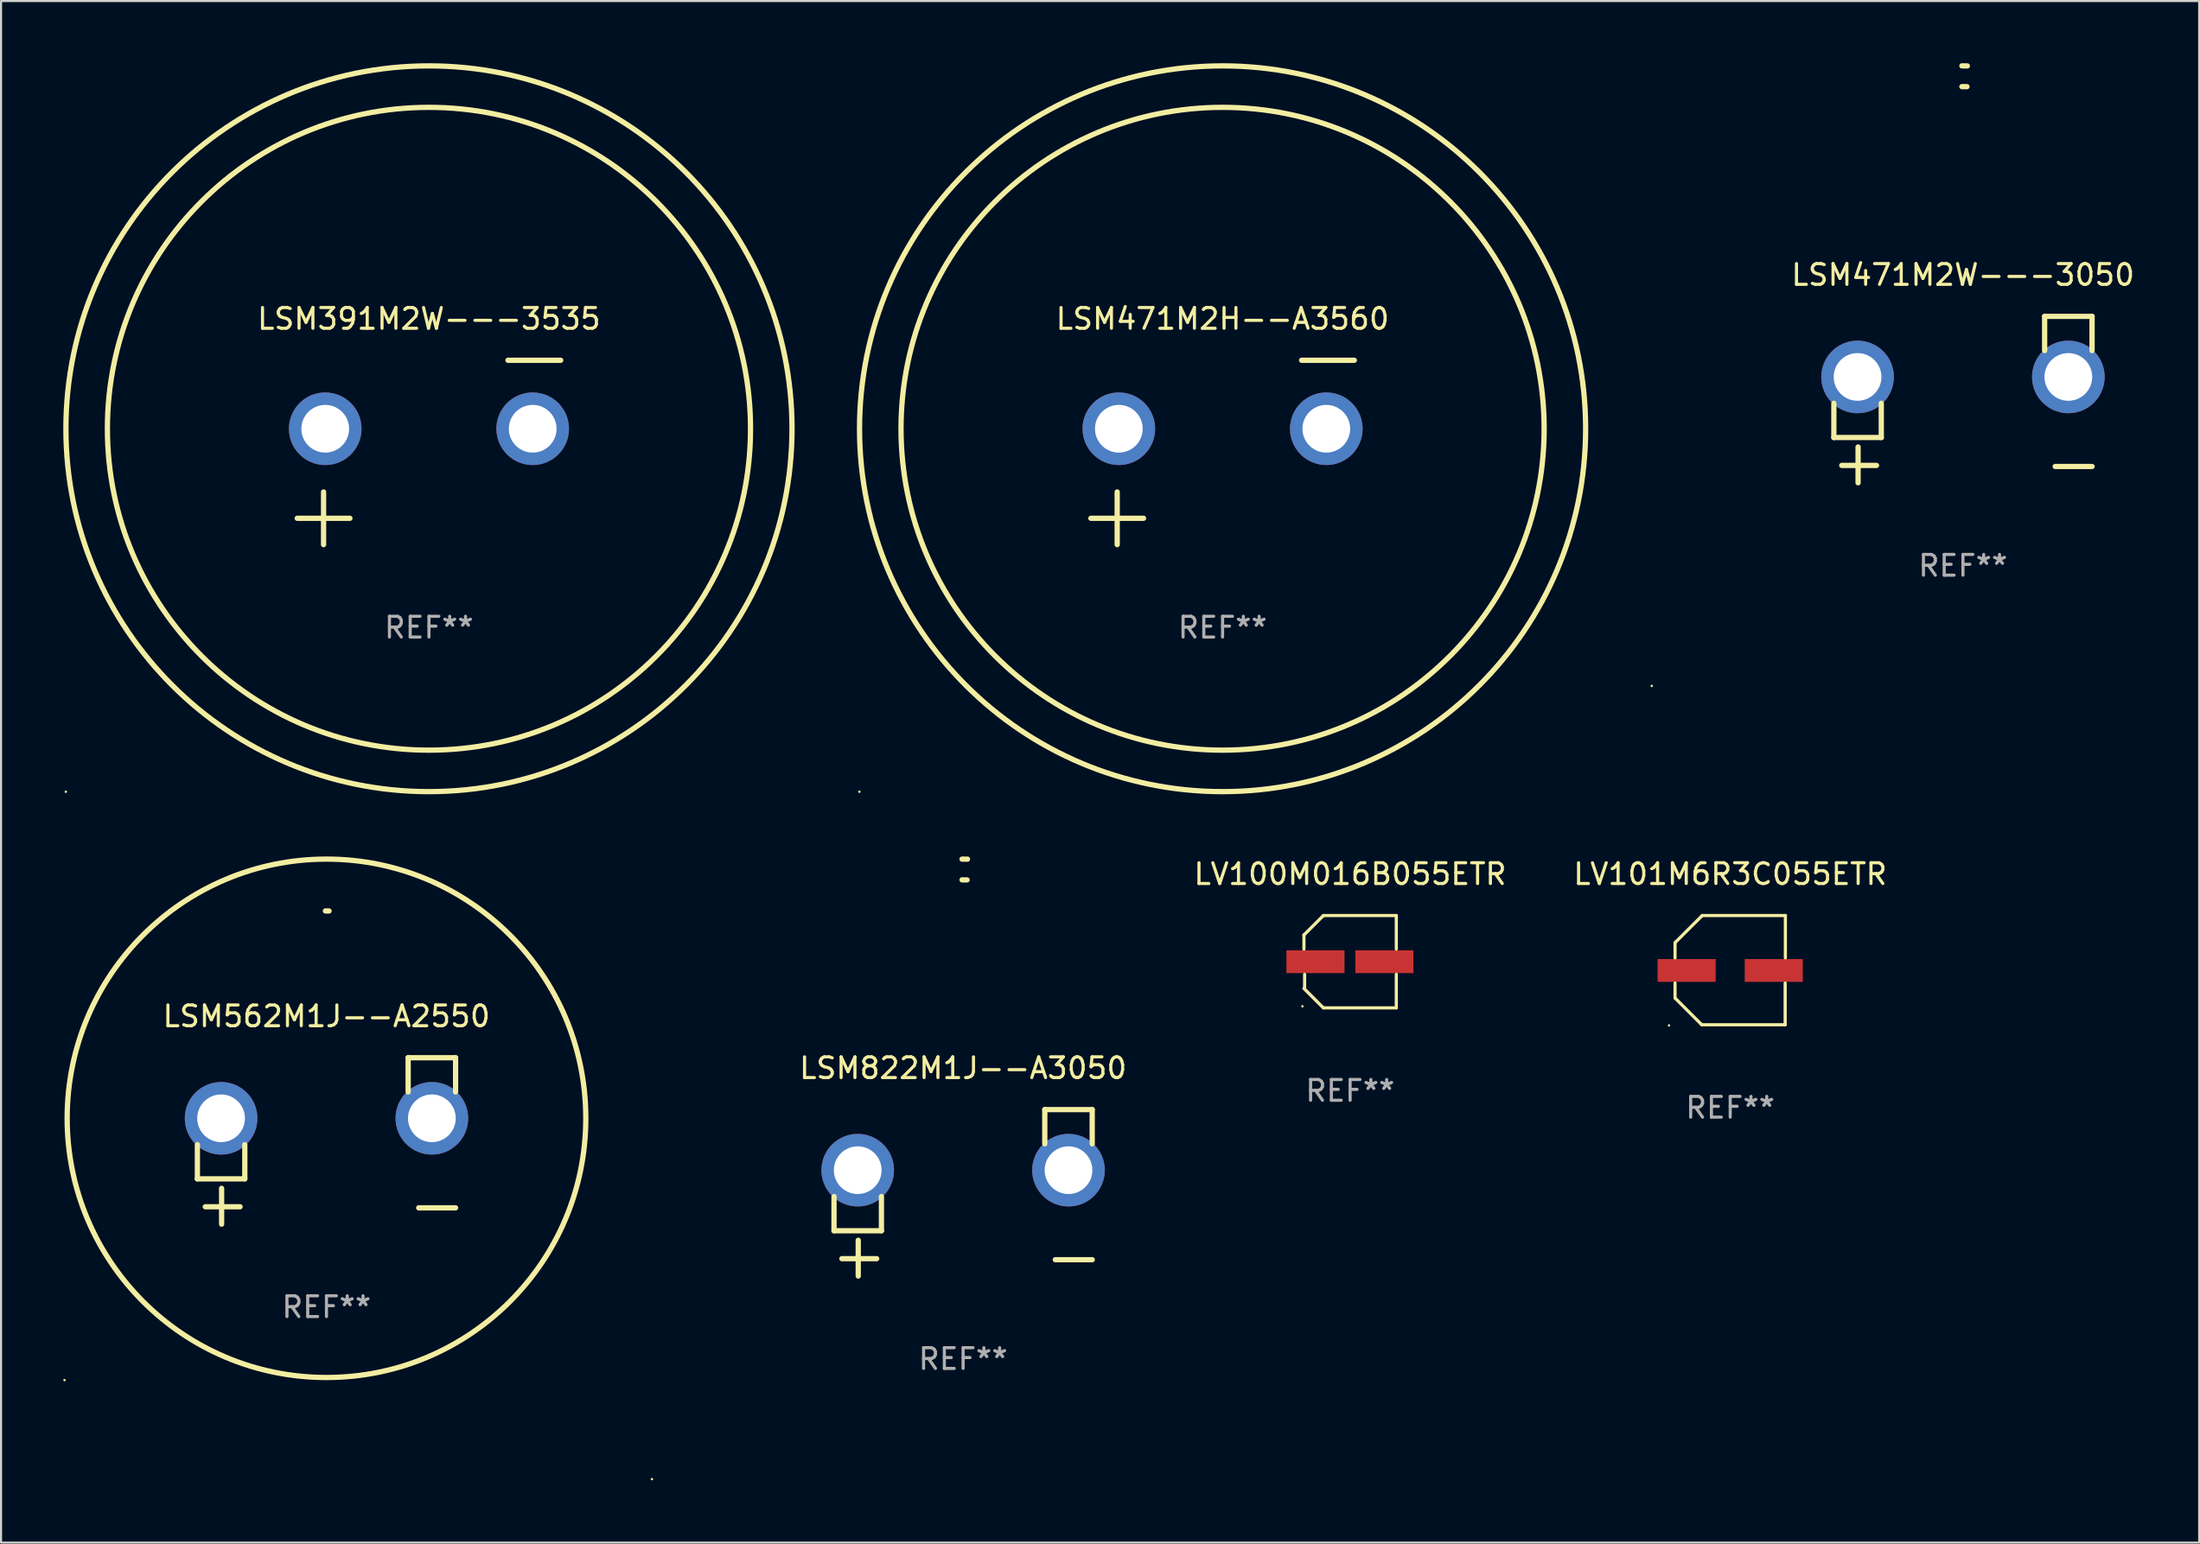
<source format=kicad_pcb>
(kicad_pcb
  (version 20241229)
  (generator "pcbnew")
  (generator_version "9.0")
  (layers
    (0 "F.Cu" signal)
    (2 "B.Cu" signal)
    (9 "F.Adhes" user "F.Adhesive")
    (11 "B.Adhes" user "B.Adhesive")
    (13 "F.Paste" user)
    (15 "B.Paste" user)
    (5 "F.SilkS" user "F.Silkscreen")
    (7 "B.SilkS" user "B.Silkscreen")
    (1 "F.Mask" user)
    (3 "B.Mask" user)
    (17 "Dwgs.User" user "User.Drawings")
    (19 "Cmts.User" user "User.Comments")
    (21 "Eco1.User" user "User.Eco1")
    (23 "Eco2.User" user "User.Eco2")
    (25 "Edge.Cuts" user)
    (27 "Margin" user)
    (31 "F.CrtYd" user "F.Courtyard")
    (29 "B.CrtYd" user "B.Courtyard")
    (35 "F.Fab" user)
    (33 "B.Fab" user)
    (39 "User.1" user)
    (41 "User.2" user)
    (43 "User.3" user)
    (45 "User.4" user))
  (footprint "LSM391M2W---3535"
    (layer "F.Cu")
    (at 17.627 18.77)
    (property "Reference" "LSM391M2W---3535" (at 0 -6.445 0) (layer "F.SilkS") (effects (font (size 1 1) (thickness 0.15))))
    (attr through_hole)
    (fp_line (start -6.35 3.175) (end -3.81 3.175) (stroke (width 0.254) (type solid)) (layer "F.SilkS"))
    (fp_line (start -5.08 1.905) (end -5.08 4.445) (stroke (width 0.254) (type solid)) (layer "F.SilkS"))
    (fp_line (start 3.81 -4.445) (end 6.35 -4.445) (stroke (width 0.254) (type solid)) (layer "F.SilkS"))
    (fp_circle (center -17.505 16.362) (end -17.475 16.362) (stroke (width 0.06) (type solid)) (fill no) (layer "F.SilkS"))
    (fp_circle (center 0 -1.143) (end 15.5 -1.143) (stroke (width 0.254) (type solid)) (fill no) (layer "F.SilkS"))
    (fp_circle (center 0 -1.143) (end 17.5 -1.143) (stroke (width 0.254) (type solid)) (fill no) (layer "F.SilkS"))
    (fp_text user "REF**" (at 0 8.445 0) (layer "F.Fab") (effects (font (size 1 1) (thickness 0.15))))
    (pad "1" thru_hole circle (at -5 -1.143) (size 3.5 3.5) (drill 2.3) (layers "*.Cu" "*.Mask"))
    (pad "2" thru_hole circle (at 5 -1.143) (size 3.5 3.5) (drill 2.3) (layers "*.Cu" "*.Mask")))
  (footprint "LSM562M1J--A2550"
    (layer "F.Cu")
    (at 12.687 51.973)
    (property "Reference" "LSM562M1J--A2550" (at 0 -6.013 0) (layer "F.SilkS") (effects (font (size 1 1) (thickness 0.15))))
    (attr through_hole)
    (fp_line (start -6.223 0.178) (end -6.223 1.829) (stroke (width 0.254) (type solid)) (layer "F.SilkS"))
    (fp_line (start -6.223 1.829) (end -3.937 1.829) (stroke (width 0.254) (type solid)) (layer "F.SilkS"))
    (fp_line (start -5.055 4.013) (end -5.055 2.286) (stroke (width 0.254) (type solid)) (layer "F.SilkS"))
    (fp_line (start -4.166 3.175) (end -5.842 3.175) (stroke (width 0.254) (type solid)) (layer "F.SilkS"))
    (fp_line (start -3.937 1.829) (end -3.937 0.178) (stroke (width 0.254) (type solid)) (layer "F.SilkS"))
    (fp_line (start 3.937 -4.013) (end 3.937 -2.362) (stroke (width 0.254) (type solid)) (layer "F.SilkS"))
    (fp_line (start 6.223 -4.013) (end 3.937 -4.013) (stroke (width 0.254) (type solid)) (layer "F.SilkS"))
    (fp_line (start 6.223 -2.362) (end 6.223 -4.013) (stroke (width 0.254) (type solid)) (layer "F.SilkS"))
    (fp_line (start 6.223 3.226) (end 4.445 3.226) (stroke (width 0.254) (type solid)) (layer "F.SilkS"))
    (fp_arc (start -0.0508 -11.092202) (mid 0.036835 -11.091307) (end 0.12446 -11.089662) (stroke (width 0.254001) (type solid)) (layer "F.SilkS"))
    (fp_circle (center -12.627 11.535) (end -12.597 11.535) (stroke (width 0.06) (type solid)) (fill no) (layer "F.SilkS"))
    (fp_circle (center 0 -1.092) (end 12.5 -1.092) (stroke (width 0.254) (type solid)) (fill no) (layer "F.SilkS"))
    (fp_text user "REF**" (at 0 8.013 0) (layer "F.Fab") (effects (font (size 1 1) (thickness 0.15))))
    (pad "1" thru_hole circle (at -5.08 -1.092) (size 3.5 3.5) (drill 2.3) (layers "*.Cu" "*.Mask"))
    (pad "2" thru_hole circle (at 5.08 -1.092) (size 3.5 3.5) (drill 2.3) (layers "*.Cu" "*.Mask")))
  (footprint "LSM471M2H--A3560"
    (layer "F.Cu")
    (at 55.881 18.77)
    (property "Reference" "LSM471M2H--A3560" (at 0 -6.445 0) (layer "F.SilkS") (effects (font (size 1 1) (thickness 0.15))))
    (attr through_hole)
    (fp_line (start -6.35 3.175) (end -3.81 3.175) (stroke (width 0.254) (type solid)) (layer "F.SilkS"))
    (fp_line (start -5.08 1.905) (end -5.08 4.445) (stroke (width 0.254) (type solid)) (layer "F.SilkS"))
    (fp_line (start 3.81 -4.445) (end 6.35 -4.445) (stroke (width 0.254) (type solid)) (layer "F.SilkS"))
    (fp_circle (center -17.505 16.362) (end -17.475 16.362) (stroke (width 0.06) (type solid)) (fill no) (layer "F.SilkS"))
    (fp_circle (center 0 -1.143) (end 15.5 -1.143) (stroke (width 0.254) (type solid)) (fill no) (layer "F.SilkS"))
    (fp_circle (center 0 -1.143) (end 17.5 -1.143) (stroke (width 0.254) (type solid)) (fill no) (layer "F.SilkS"))
    (fp_text user "REF**" (at 0 8.445 0) (layer "F.Fab") (effects (font (size 1 1) (thickness 0.15))))
    (pad "1" thru_hole circle (at -5 -1.143) (size 3.5 3.5) (drill 2.3) (layers "*.Cu" "*.Mask"))
    (pad "2" thru_hole circle (at 5 -1.143) (size 3.5 3.5) (drill 2.3) (layers "*.Cu" "*.Mask")))
  (footprint "LV100M016B055ETR"
    (layer "F.Cu")
    (at 62.029 43.329)
    (property "Reference" "LV100M016B055ETR" (at 0 -4.226 0) (layer "F.SilkS") (effects (font (size 1 1) (thickness 0.15))))
    (attr through_hole)
    (fp_line (start -2.226 -1.29) (end -2.226 -0.607) (stroke (width 0.152) (type solid)) (layer "F.SilkS"))
    (fp_line (start -2.193 1.29) (end -2.193 0.607) (stroke (width 0.152) (type solid)) (layer "F.SilkS"))
    (fp_line (start -1.29 2.226) (end -2.226 1.29) (stroke (width 0.152) (type solid)) (layer "F.SilkS"))
    (fp_line (start -1.29 -2.226) (end -2.226 -1.29) (stroke (width 0.152) (type solid)) (layer "F.SilkS"))
    (fp_line (start 2.226 -2.226) (end -1.29 -2.226) (stroke (width 0.152) (type solid)) (layer "F.SilkS"))
    (fp_line (start 2.226 -0.607) (end 2.226 -2.226) (stroke (width 0.152) (type solid)) (layer "F.SilkS"))
    (fp_line (start 2.226 0.607) (end 2.226 2.226) (stroke (width 0.152) (type solid)) (layer "F.SilkS"))
    (fp_line (start 2.226 2.226) (end -1.29 2.226) (stroke (width 0.152) (type solid)) (layer "F.SilkS"))
    (fp_circle (center -2.3 2.15) (end -2.27 2.15) (stroke (width 0.06) (type solid)) (fill no) (layer "F.SilkS"))
    (fp_text user "REF**" (at 0 6.226 0) (layer "F.Fab") (effects (font (size 1 1) (thickness 0.15))))
    (pad "1" smd rect (at -1.67 -0.000025) (size 2.8 1.1) (layers "F.Cu" "F.Mask" "F.Paste"))
    (pad "2" smd rect (at 1.651 -0.000025) (size 2.8 1.1) (layers "F.Cu" "F.Mask" "F.Paste")))
  (footprint "LSM822M1J--A3050"
    (layer "F.Cu")
    (at 43.374 54.475)
    (property "Reference" "LSM822M1J--A3050" (at 0 -6.013 0) (layer "F.SilkS") (effects (font (size 1 1) (thickness 0.15))))
    (attr through_hole)
    (fp_line (start -6.223 0.178) (end -6.223 1.829) (stroke (width 0.254) (type solid)) (layer "F.SilkS"))
    (fp_line (start -6.223 1.829) (end -3.937 1.829) (stroke (width 0.254) (type solid)) (layer "F.SilkS"))
    (fp_line (start -5.055 4.013) (end -5.055 2.286) (stroke (width 0.254) (type solid)) (layer "F.SilkS"))
    (fp_line (start -4.166 3.175) (end -5.842 3.175) (stroke (width 0.254) (type solid)) (layer "F.SilkS"))
    (fp_line (start -3.937 1.829) (end -3.937 0.178) (stroke (width 0.254) (type solid)) (layer "F.SilkS"))
    (fp_line (start 3.937 -4.013) (end 3.937 -2.362) (stroke (width 0.254) (type solid)) (layer "F.SilkS"))
    (fp_line (start 6.223 -4.013) (end 3.937 -4.013) (stroke (width 0.254) (type solid)) (layer "F.SilkS"))
    (fp_line (start 6.223 -2.362) (end 6.223 -4.013) (stroke (width 0.254) (type solid)) (layer "F.SilkS"))
    (fp_line (start 6.223 3.226) (end 4.445 3.226) (stroke (width 0.254) (type solid)) (layer "F.SilkS"))
    (fp_arc (start -0.0508 -16.093472) (mid 0.080016 -16.092762) (end 0.210821 -16.090932) (stroke (width 0.254001) (type solid)) (layer "F.SilkS"))
    (fp_arc (start -0.0508 -15.09271) (mid 0.071125 -15.091961) (end 0.19304 -15.09017) (stroke (width 0.254001) (type solid)) (layer "F.SilkS"))
    (fp_circle (center -15 13.808) (end -14.97 13.808) (stroke (width 0.06) (type solid)) (fill no) (layer "F.SilkS"))
    (fp_text user "REF**" (at 0 8.013 0) (layer "F.Fab") (effects (font (size 1 1) (thickness 0.15))))
    (pad "1" thru_hole circle (at -5.08 -1.092) (size 3.5 3.5) (drill 2.3) (layers "*.Cu" "*.Mask"))
    (pad "2" thru_hole circle (at 5.08 -1.092) (size 3.5 3.5) (drill 2.3) (layers "*.Cu" "*.Mask")))
  (footprint "LV101M6R3C055ETR"
    (layer "F.Cu")
    (at 80.35 43.736)
    (property "Reference" "LV101M6R3C055ETR" (at 0 -4.634 0) (layer "F.SilkS") (effects (font (size 1 1) (thickness 0.15))))
    (attr through_hole)
    (fp_line (start -2.659 -1.326) (end -2.659 -0.592) (stroke (width 0.152) (type solid)) (layer "F.SilkS"))
    (fp_line (start -2.659 1.346) (end -2.659 0.622) (stroke (width 0.152) (type solid)) (layer "F.SilkS"))
    (fp_line (start -1.372 2.634) (end -2.659 1.346) (stroke (width 0.152) (type solid)) (layer "F.SilkS"))
    (fp_line (start -1.349 -2.634) (end -2.659 -1.326) (stroke (width 0.152) (type solid)) (layer "F.SilkS"))
    (fp_line (start 2.649 0.622) (end 2.649 2.634) (stroke (width 0.152) (type solid)) (layer "F.SilkS"))
    (fp_line (start 2.649 2.634) (end -1.372 2.634) (stroke (width 0.152) (type solid)) (layer "F.SilkS"))
    (fp_line (start 2.659 -2.634) (end -1.349 -2.634) (stroke (width 0.152) (type solid)) (layer "F.SilkS"))
    (fp_line (start 2.659 -0.592) (end 2.659 -2.634) (stroke (width 0.152) (type solid)) (layer "F.SilkS"))
    (fp_circle (center -2.95 2.665) (end -2.92 2.665) (stroke (width 0.06) (type solid)) (fill no) (layer "F.SilkS"))
    (fp_text user "REF**" (at 0 6.634 0) (layer "F.Fab") (effects (font (size 1 1) (thickness 0.15))))
    (pad "1" smd rect (at -2.1 0.015) (size 2.8 1.1) (layers "F.Cu" "F.Mask" "F.Paste"))
    (pad "2" smd rect (at 2.1 0.015) (size 2.8 1.1) (layers "F.Cu" "F.Mask" "F.Paste")))
  (footprint "LSM471M2W---3050"
    (layer "F.Cu")
    (at 91.569 16.22)
    (property "Reference" "LSM471M2W---3050" (at 0 -6.013 0) (layer "F.SilkS") (effects (font (size 1 1) (thickness 0.15))))
    (attr through_hole)
    (fp_line (start -6.223 0.178) (end -6.223 1.829) (stroke (width 0.254) (type solid)) (layer "F.SilkS"))
    (fp_line (start -6.223 1.829) (end -3.937 1.829) (stroke (width 0.254) (type solid)) (layer "F.SilkS"))
    (fp_line (start -5.055 4.013) (end -5.055 2.286) (stroke (width 0.254) (type solid)) (layer "F.SilkS"))
    (fp_line (start -4.166 3.175) (end -5.842 3.175) (stroke (width 0.254) (type solid)) (layer "F.SilkS"))
    (fp_line (start -3.937 1.829) (end -3.937 0.178) (stroke (width 0.254) (type solid)) (layer "F.SilkS"))
    (fp_line (start 3.937 -4.013) (end 3.937 -2.362) (stroke (width 0.254) (type solid)) (layer "F.SilkS"))
    (fp_line (start 6.223 -4.013) (end 3.937 -4.013) (stroke (width 0.254) (type solid)) (layer "F.SilkS"))
    (fp_line (start 6.223 -2.362) (end 6.223 -4.013) (stroke (width 0.254) (type solid)) (layer "F.SilkS"))
    (fp_line (start 6.223 3.226) (end 4.445 3.226) (stroke (width 0.254) (type solid)) (layer "F.SilkS"))
    (fp_arc (start -0.0508 -16.093472) (mid 0.080016 -16.092762) (end 0.210821 -16.090932) (stroke (width 0.254001) (type solid)) (layer "F.SilkS"))
    (fp_arc (start -0.0508 -15.09271) (mid 0.071125 -15.091961) (end 0.19304 -15.09017) (stroke (width 0.254001) (type solid)) (layer "F.SilkS"))
    (fp_circle (center -15 13.808) (end -14.97 13.808) (stroke (width 0.06) (type solid)) (fill no) (layer "F.SilkS"))
    (fp_text user "REF**" (at 0 8.013 0) (layer "F.Fab") (effects (font (size 1 1) (thickness 0.15))))
    (pad "1" thru_hole circle (at -5.08 -1.092) (size 3.5 3.5) (drill 2.3) (layers "*.Cu" "*.Mask"))
    (pad "2" thru_hole circle (at 5.08 -1.092) (size 3.5 3.5) (drill 2.3) (layers "*.Cu" "*.Mask")))
  (gr_rect
    (start -3 -3)
    (end 102.955 71.343)
    (stroke (width 0.1) (type default))
    (fill no)
    (layer "Edge.Cuts")))
</source>
